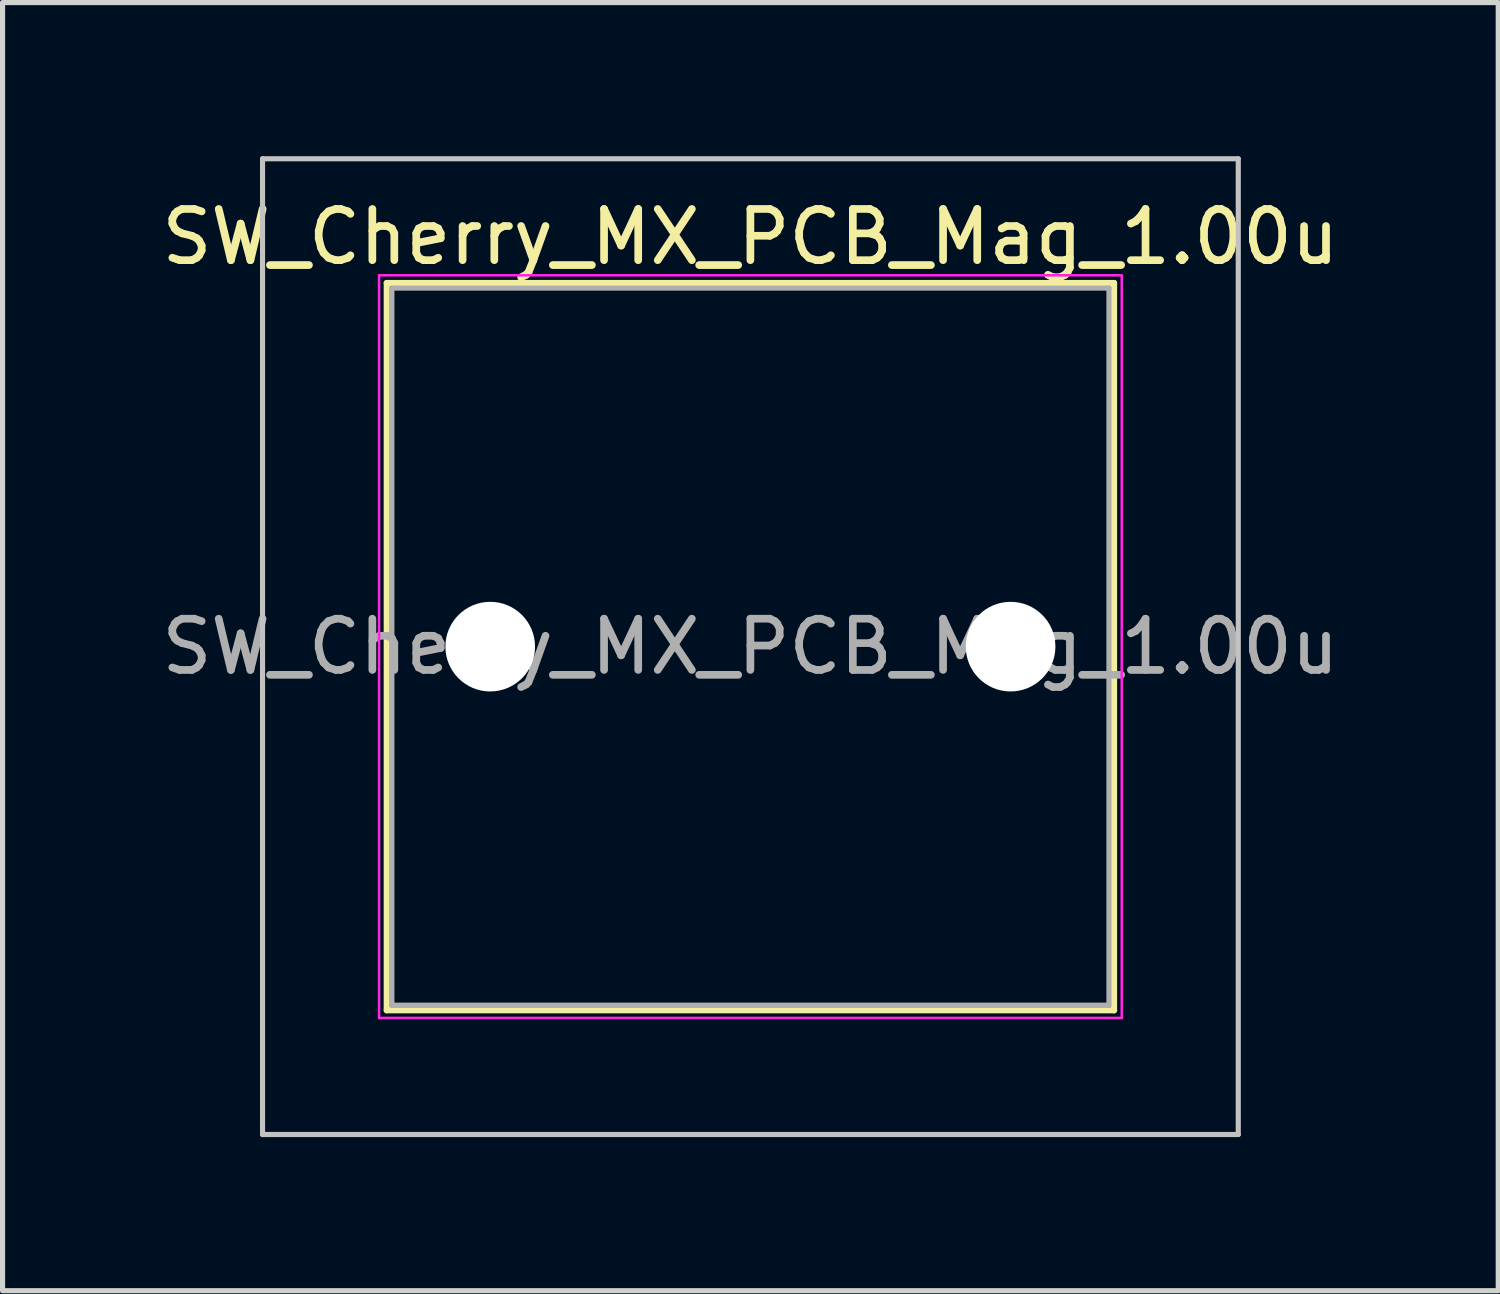
<source format=kicad_pcb>
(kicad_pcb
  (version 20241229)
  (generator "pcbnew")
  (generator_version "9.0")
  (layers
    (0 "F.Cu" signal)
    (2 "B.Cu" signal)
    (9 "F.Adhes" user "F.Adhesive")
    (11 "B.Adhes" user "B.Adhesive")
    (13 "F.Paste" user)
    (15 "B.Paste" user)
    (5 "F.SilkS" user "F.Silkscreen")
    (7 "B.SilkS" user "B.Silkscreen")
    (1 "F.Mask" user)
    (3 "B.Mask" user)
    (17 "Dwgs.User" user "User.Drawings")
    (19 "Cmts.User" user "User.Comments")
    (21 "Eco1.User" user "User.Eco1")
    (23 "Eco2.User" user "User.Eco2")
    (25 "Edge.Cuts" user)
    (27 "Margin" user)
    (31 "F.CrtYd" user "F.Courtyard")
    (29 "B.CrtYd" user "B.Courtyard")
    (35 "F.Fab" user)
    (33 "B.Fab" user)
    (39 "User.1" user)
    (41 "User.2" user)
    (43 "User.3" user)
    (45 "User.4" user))
  (footprint "SW_Cherry_MX_PCB_Mag_1.00u"
    (layer "F.Cu")
    (at 11.601 9.575)
    (property "Reference" "SW_Cherry_MX_PCB_Mag_1.00u" (at 0 -8 0) (layer "F.SilkS") (effects (font (size 1 1) (thickness 0.15))))
    (attr through_hole)
    (fp_line (start -7.1 -7.1) (end -7.1 7.1) (stroke (width 0.12) (type solid)) (layer "F.SilkS"))
    (fp_line (start -7.1 7.1) (end 7.1 7.1) (stroke (width 0.12) (type solid)) (layer "F.SilkS"))
    (fp_line (start 7.1 -7.1) (end -7.1 -7.1) (stroke (width 0.12) (type solid)) (layer "F.SilkS"))
    (fp_line (start 7.1 7.1) (end 7.1 -7.1) (stroke (width 0.12) (type solid)) (layer "F.SilkS"))
    (fp_line (start -9.525 -9.525) (end -9.525 9.525) (stroke (width 0.1) (type solid)) (layer "Dwgs.User"))
    (fp_line (start -9.525 9.525) (end 9.525 9.525) (stroke (width 0.1) (type solid)) (layer "Dwgs.User"))
    (fp_line (start 9.525 -9.525) (end -9.525 -9.525) (stroke (width 0.1) (type solid)) (layer "Dwgs.User"))
    (fp_line (start 9.525 9.525) (end 9.525 -9.525) (stroke (width 0.1) (type solid)) (layer "Dwgs.User"))
    (fp_line (start -7.25 -7.25) (end -7.25 7.25) (stroke (width 0.05) (type solid)) (layer "F.CrtYd"))
    (fp_line (start -7.25 7.25) (end 7.25 7.25) (stroke (width 0.05) (type solid)) (layer "F.CrtYd"))
    (fp_line (start 7.25 -7.25) (end -7.25 -7.25) (stroke (width 0.05) (type solid)) (layer "F.CrtYd"))
    (fp_line (start 7.25 7.25) (end 7.25 -7.25) (stroke (width 0.05) (type solid)) (layer "F.CrtYd"))
    (fp_line (start -7 -7) (end -7 7) (stroke (width 0.1) (type solid)) (layer "F.Fab"))
    (fp_line (start -7 7) (end 7 7) (stroke (width 0.1) (type solid)) (layer "F.Fab"))
    (fp_line (start 7 -7) (end -7 -7) (stroke (width 0.1) (type solid)) (layer "F.Fab"))
    (fp_line (start 7 7) (end 7 -7) (stroke (width 0.1) (type solid)) (layer "F.Fab"))
    (fp_text user "${REFERENCE}" (at 0 0 0) (layer "F.Fab") (effects (font (size 1 1) (thickness 0.15))))
    (pad "" np_thru_hole circle (at -5.08 0) (size 1.75 1.75) (drill 1.75) (layers "*.Cu" "*.Mask"))
    (pad "" np_thru_hole circle (at 5.08 0) (size 1.75 1.75) (drill 1.75) (layers "*.Cu" "*.Mask")))
  (gr_rect
    (start -3 -3)
    (end 26.202 22.15)
    (stroke (width 0.1) (type default))
    (fill no)
    (layer "Edge.Cuts")))
</source>
